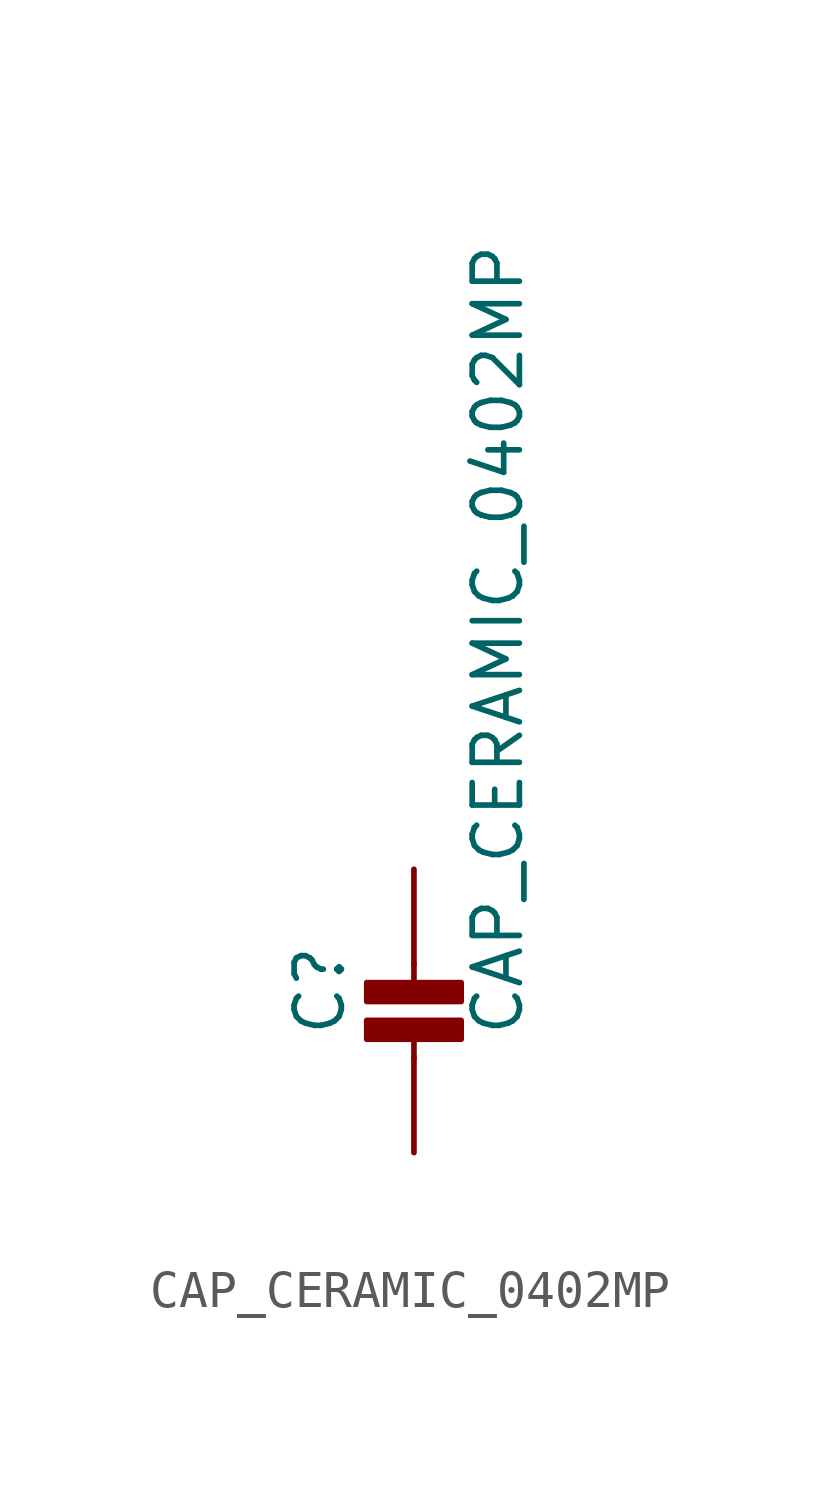
<source format=kicad_sym>
(kicad_symbol_lib
  (version 20211014)
  (generator kicad_symbol_editor)
  (symbol "CAP_CERAMIC_0402MP"
    (property "Reference" "C"
      (at -1.79 0.54 90)
      (effects (font (size 1.27 1.27)) (justify left bottom)))
    (property "Value" "CAP_CERAMIC_0402MP"
      (at 3 0.54 90)
      (effects (font (size 1.27 1.27)) (justify left bottom)))
    (property "ki_locked" ""
      (at 0 0 0)
      (effects (font (size 1.27 1.27))))
    (symbol "CAP_CERAMIC_0402MP_1_0"
      (rectangle (start -1.27 0.508) (end 1.27 1.016) (stroke (width 0) (type default) (color 0 0 0 0)) (fill (type outline)))
      (rectangle (start -1.27 1.524) (end 1.27 2.032) (stroke (width 0) (type default) (color 0 0 0 0)) (fill (type outline)))
      (polyline (pts (xy 0 0.762) (xy 0 0)) (stroke (width 0.152) (type default) (color 0 0 0 0)) (fill (type none)))
      (polyline (pts (xy 0 2.54) (xy 0 1.778)) (stroke (width 0.152) (type default) (color 0 0 0 0)) (fill (type none)))
      (pin passive line (at 0 5.08 270) (length 2.54) (name "1" (effects (font (size 0 0)))) (number "1" (effects (font (size 0 0)))))
      (pin passive line (at 0 -2.54 90) (length 2.54) (name "2" (effects (font (size 0 0)))) (number "2" (effects (font (size 0 0))))))))
</source>
